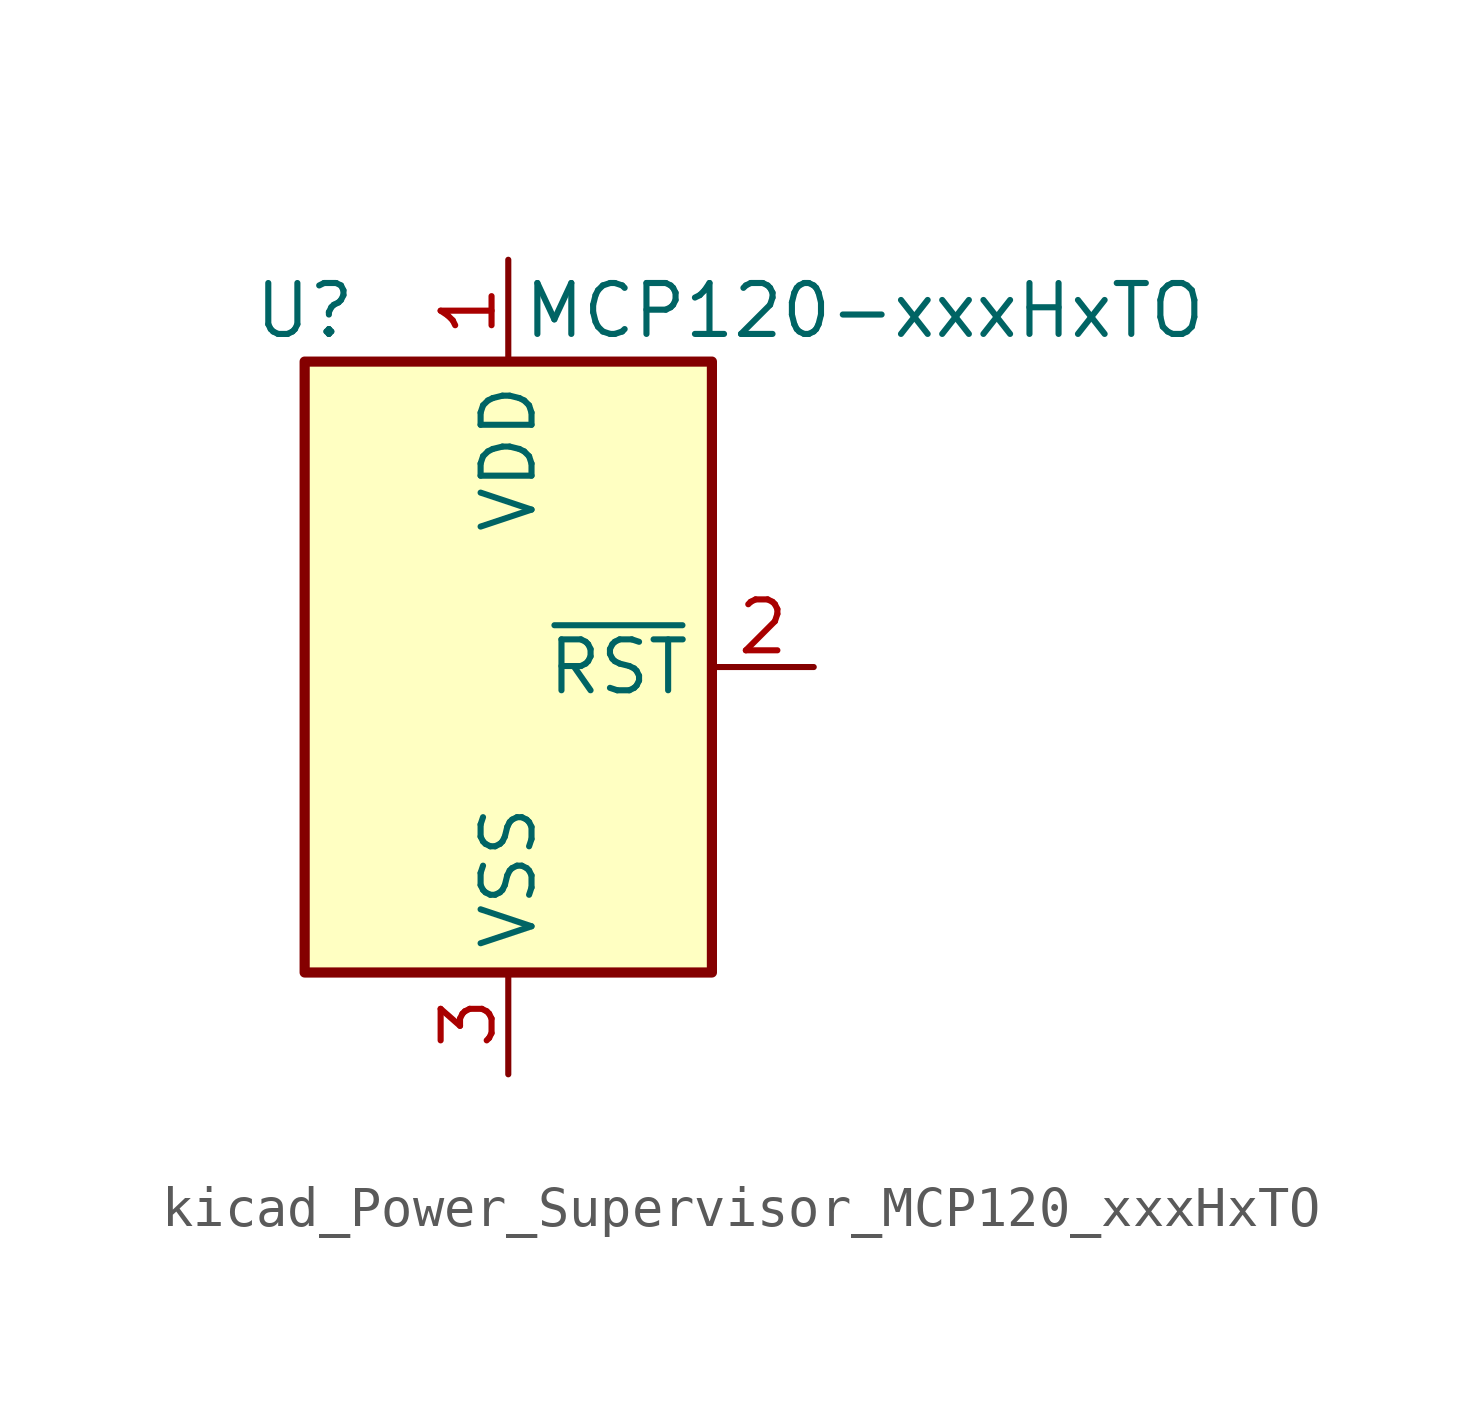
<source format=kicad_sym>
(kicad_symbol_lib
  (version 20220914)
  (generator kicad_symbol_editor)
  (symbol "kicad_Power_Supervisor_MCP120_xxxHxTO"
    (property "Reference" "U"
      (at -5.08 8.89 0)
      (effects (font (size 1.27 1.27))))
    (property "Value" "MCP120-xxxHxTO"
      (at 8.89 8.89 0)
      (effects (font (size 1.27 1.27))))
    (symbol "kicad_Power_Supervisor_MCP120_xxxHxTO_0_1"
      (rectangle (start 5.08 7.62) (end -5.08 -7.62) (stroke (width 0.254) (type default)) (fill (type background))))
    (symbol "kicad_Power_Supervisor_MCP120_xxxHxTO_1_1"
      (pin power_in line (at 0 10.16 270) (length 2.54) (name "VDD" (effects (font (size 1.27 1.27)))) (number "1" (effects (font (size 1.27 1.27)))))
      (pin open_collector line (at 7.62 0 180) (length 2.54) (name "~{RST}" (effects (font (size 1.27 1.27)))) (number "2" (effects (font (size 1.27 1.27)))))
      (pin power_in line (at 0 -10.16 90) (length 2.54) (name "VSS" (effects (font (size 1.27 1.27)))) (number "3" (effects (font (size 1.27 1.27))))))))
</source>
